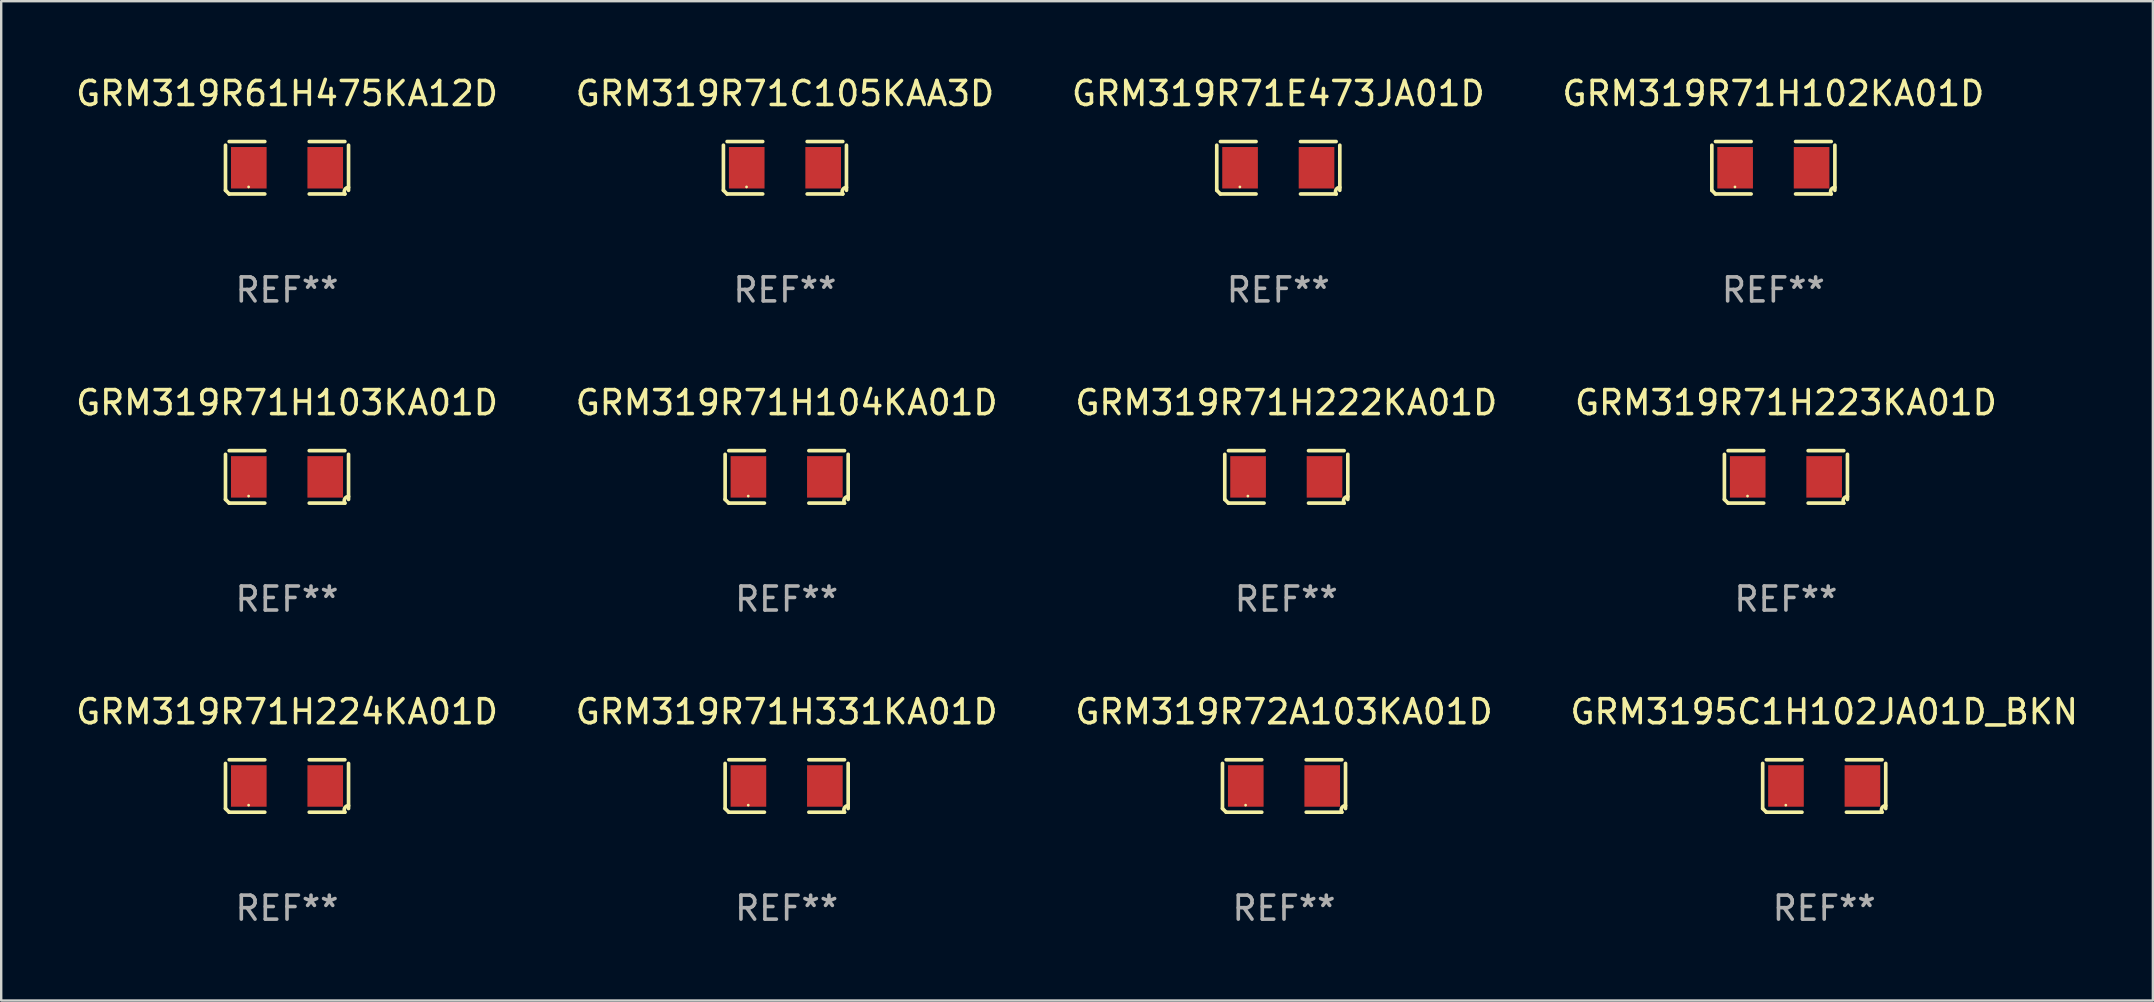
<source format=kicad_pcb>
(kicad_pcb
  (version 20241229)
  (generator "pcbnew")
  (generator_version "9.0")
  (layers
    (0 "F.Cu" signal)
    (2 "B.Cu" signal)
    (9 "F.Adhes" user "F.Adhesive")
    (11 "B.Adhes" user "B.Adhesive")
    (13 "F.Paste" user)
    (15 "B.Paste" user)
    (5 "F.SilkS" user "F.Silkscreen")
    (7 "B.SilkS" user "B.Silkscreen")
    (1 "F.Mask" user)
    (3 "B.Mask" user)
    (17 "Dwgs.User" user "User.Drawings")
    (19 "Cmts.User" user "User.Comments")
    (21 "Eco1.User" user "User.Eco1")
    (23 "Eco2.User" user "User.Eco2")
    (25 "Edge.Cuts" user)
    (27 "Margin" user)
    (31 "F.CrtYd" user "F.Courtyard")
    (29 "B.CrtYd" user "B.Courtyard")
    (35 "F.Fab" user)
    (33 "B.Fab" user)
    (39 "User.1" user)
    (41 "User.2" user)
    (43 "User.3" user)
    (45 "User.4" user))
  (footprint "GRM319R71H331KA01D"
    (layer "F.Cu")
    (at 29.732 29.704)
    (property "Reference" "GRM319R71H331KA01D" (at 0 -3.093 0) (layer "F.SilkS") (effects (font (size 1 1) (thickness 0.15))))
    (attr through_hole)
    (fp_line (start -2.564 0.94) (end -2.564 -0.94) (stroke (width 0.152) (type solid)) (layer "F.SilkS"))
    (fp_line (start -2.411 -1.093) (end -0.926 -1.093) (stroke (width 0.152) (type solid)) (layer "F.SilkS"))
    (fp_line (start -0.926 1.093) (end -2.411 1.093) (stroke (width 0.152) (type solid)) (layer "F.SilkS"))
    (fp_line (start 0.926 1.093) (end 2.411 1.093) (stroke (width 0.152) (type solid)) (layer "F.SilkS"))
    (fp_line (start 2.411 -1.093) (end 0.926 -1.093) (stroke (width 0.152) (type solid)) (layer "F.SilkS"))
    (fp_line (start 2.564 0.94) (end 2.564 -0.94) (stroke (width 0.152) (type solid)) (layer "F.SilkS"))
    (fp_arc (start -2.411201 1.092609) (mid -2.487413 1.01642) (end -2.563602 0.940208) (stroke (width 0.1524) (type solid)) (layer "F.SilkS"))
    (fp_arc (start 2.411201 1.092609) (mid 2.407159 0.911226) (end 2.563602 0.819347) (stroke (width 0.1524) (type solid)) (layer "F.SilkS"))
    (fp_circle (center -1.6 0.8) (end -1.57 0.8) (stroke (width 0.06) (type solid)) (fill no) (layer "F.SilkS"))
    (fp_text user "REF**" (at 0 5.093 0) (layer "F.Fab") (effects (font (size 1 1) (thickness 0.15))))
    (pad "1" smd rect (at -1.593 0) (size 1.485 1.728) (layers "F.Cu" "F.Mask" "F.Paste"))
    (pad "2" smd rect (at 1.593 0) (size 1.485 1.728) (layers "F.Cu" "F.Mask" "F.Paste")))
  (footprint "GRM319R61H475KA12D"
    (layer "F.Cu")
    (at 8.911 3.941)
    (property "Reference" "GRM319R61H475KA12D" (at 0 -3.093 0) (layer "F.SilkS") (effects (font (size 1 1) (thickness 0.15))))
    (attr through_hole)
    (fp_line (start -2.564 0.94) (end -2.564 -0.94) (stroke (width 0.152) (type solid)) (layer "F.SilkS"))
    (fp_line (start -2.411 -1.093) (end -0.926 -1.093) (stroke (width 0.152) (type solid)) (layer "F.SilkS"))
    (fp_line (start -0.926 1.093) (end -2.411 1.093) (stroke (width 0.152) (type solid)) (layer "F.SilkS"))
    (fp_line (start 0.926 1.093) (end 2.411 1.093) (stroke (width 0.152) (type solid)) (layer "F.SilkS"))
    (fp_line (start 2.411 -1.093) (end 0.926 -1.093) (stroke (width 0.152) (type solid)) (layer "F.SilkS"))
    (fp_line (start 2.564 0.94) (end 2.564 -0.94) (stroke (width 0.152) (type solid)) (layer "F.SilkS"))
    (fp_arc (start -2.411201 1.092609) (mid -2.487413 1.01642) (end -2.563602 0.940208) (stroke (width 0.1524) (type solid)) (layer "F.SilkS"))
    (fp_arc (start 2.411201 1.092609) (mid 2.407159 0.911226) (end 2.563602 0.819347) (stroke (width 0.1524) (type solid)) (layer "F.SilkS"))
    (fp_circle (center -1.6 0.8) (end -1.57 0.8) (stroke (width 0.06) (type solid)) (fill no) (layer "F.SilkS"))
    (fp_text user "REF**" (at 0 5.093 0) (layer "F.Fab") (effects (font (size 1 1) (thickness 0.15))))
    (pad "1" smd rect (at -1.593 0) (size 1.485 1.728) (layers "F.Cu" "F.Mask" "F.Paste"))
    (pad "2" smd rect (at 1.593 0) (size 1.485 1.728) (layers "F.Cu" "F.Mask" "F.Paste")))
  (footprint "GRM319R71H223KA01D"
    (layer "F.Cu")
    (at 71.375 16.823)
    (property "Reference" "GRM319R71H223KA01D" (at 0 -3.093 0) (layer "F.SilkS") (effects (font (size 1 1) (thickness 0.15))))
    (attr through_hole)
    (fp_line (start -2.564 0.94) (end -2.564 -0.94) (stroke (width 0.152) (type solid)) (layer "F.SilkS"))
    (fp_line (start -2.411 -1.093) (end -0.926 -1.093) (stroke (width 0.152) (type solid)) (layer "F.SilkS"))
    (fp_line (start -0.926 1.093) (end -2.411 1.093) (stroke (width 0.152) (type solid)) (layer "F.SilkS"))
    (fp_line (start 0.926 1.093) (end 2.411 1.093) (stroke (width 0.152) (type solid)) (layer "F.SilkS"))
    (fp_line (start 2.411 -1.093) (end 0.926 -1.093) (stroke (width 0.152) (type solid)) (layer "F.SilkS"))
    (fp_line (start 2.564 0.94) (end 2.564 -0.94) (stroke (width 0.152) (type solid)) (layer "F.SilkS"))
    (fp_arc (start -2.411201 1.092609) (mid -2.487413 1.01642) (end -2.563602 0.940208) (stroke (width 0.1524) (type solid)) (layer "F.SilkS"))
    (fp_arc (start 2.411201 1.092609) (mid 2.407159 0.911226) (end 2.563602 0.819347) (stroke (width 0.1524) (type solid)) (layer "F.SilkS"))
    (fp_circle (center -1.6 0.8) (end -1.57 0.8) (stroke (width 0.06) (type solid)) (fill no) (layer "F.SilkS"))
    (fp_text user "REF**" (at 0 5.093 0) (layer "F.Fab") (effects (font (size 1 1) (thickness 0.15))))
    (pad "1" smd rect (at -1.593 0) (size 1.485 1.728) (layers "F.Cu" "F.Mask" "F.Paste"))
    (pad "2" smd rect (at 1.593 0) (size 1.485 1.728) (layers "F.Cu" "F.Mask" "F.Paste")))
  (footprint "GRM3195C1H102JA01D_BKN"
    (layer "F.Cu")
    (at 72.97 29.704)
    (property "Reference" "GRM3195C1H102JA01D_BKN" (at 0 -3.093 0) (layer "F.SilkS") (effects (font (size 1 1) (thickness 0.15))))
    (attr through_hole)
    (fp_line (start -2.564 0.94) (end -2.564 -0.94) (stroke (width 0.152) (type solid)) (layer "F.SilkS"))
    (fp_line (start -2.411 -1.093) (end -0.926 -1.093) (stroke (width 0.152) (type solid)) (layer "F.SilkS"))
    (fp_line (start -0.926 1.093) (end -2.411 1.093) (stroke (width 0.152) (type solid)) (layer "F.SilkS"))
    (fp_line (start 0.926 1.093) (end 2.411 1.093) (stroke (width 0.152) (type solid)) (layer "F.SilkS"))
    (fp_line (start 2.411 -1.093) (end 0.926 -1.093) (stroke (width 0.152) (type solid)) (layer "F.SilkS"))
    (fp_line (start 2.564 0.94) (end 2.564 -0.94) (stroke (width 0.152) (type solid)) (layer "F.SilkS"))
    (fp_arc (start -2.411201 1.092609) (mid -2.487413 1.01642) (end -2.563602 0.940208) (stroke (width 0.1524) (type solid)) (layer "F.SilkS"))
    (fp_arc (start 2.411201 1.092609) (mid 2.407159 0.911226) (end 2.563602 0.819347) (stroke (width 0.1524) (type solid)) (layer "F.SilkS"))
    (fp_circle (center -1.6 0.8) (end -1.57 0.8) (stroke (width 0.06) (type solid)) (fill no) (layer "F.SilkS"))
    (fp_text user "REF**" (at 0 5.093 0) (layer "F.Fab") (effects (font (size 1 1) (thickness 0.15))))
    (pad "1" smd rect (at -1.593 0) (size 1.485 1.728) (layers "F.Cu" "F.Mask" "F.Paste"))
    (pad "2" smd rect (at 1.593 0) (size 1.485 1.728) (layers "F.Cu" "F.Mask" "F.Paste")))
  (footprint "GRM319R72A103KA01D"
    (layer "F.Cu")
    (at 50.458 29.704)
    (property "Reference" "GRM319R72A103KA01D" (at 0 -3.093 0) (layer "F.SilkS") (effects (font (size 1 1) (thickness 0.15))))
    (attr through_hole)
    (fp_line (start -2.564 0.94) (end -2.564 -0.94) (stroke (width 0.152) (type solid)) (layer "F.SilkS"))
    (fp_line (start -2.411 -1.093) (end -0.926 -1.093) (stroke (width 0.152) (type solid)) (layer "F.SilkS"))
    (fp_line (start -0.926 1.093) (end -2.411 1.093) (stroke (width 0.152) (type solid)) (layer "F.SilkS"))
    (fp_line (start 0.926 1.093) (end 2.411 1.093) (stroke (width 0.152) (type solid)) (layer "F.SilkS"))
    (fp_line (start 2.411 -1.093) (end 0.926 -1.093) (stroke (width 0.152) (type solid)) (layer "F.SilkS"))
    (fp_line (start 2.564 0.94) (end 2.564 -0.94) (stroke (width 0.152) (type solid)) (layer "F.SilkS"))
    (fp_arc (start -2.411201 1.092609) (mid -2.487413 1.01642) (end -2.563602 0.940208) (stroke (width 0.1524) (type solid)) (layer "F.SilkS"))
    (fp_arc (start 2.411201 1.092609) (mid 2.407159 0.911226) (end 2.563602 0.819347) (stroke (width 0.1524) (type solid)) (layer "F.SilkS"))
    (fp_circle (center -1.6 0.8) (end -1.57 0.8) (stroke (width 0.06) (type solid)) (fill no) (layer "F.SilkS"))
    (fp_text user "REF**" (at 0 5.093 0) (layer "F.Fab") (effects (font (size 1 1) (thickness 0.15))))
    (pad "1" smd rect (at -1.593 0) (size 1.485 1.728) (layers "F.Cu" "F.Mask" "F.Paste"))
    (pad "2" smd rect (at 1.593 0) (size 1.485 1.728) (layers "F.Cu" "F.Mask" "F.Paste")))
  (footprint "GRM319R71H103KA01D"
    (layer "F.Cu")
    (at 8.911 16.823)
    (property "Reference" "GRM319R71H103KA01D" (at 0 -3.093 0) (layer "F.SilkS") (effects (font (size 1 1) (thickness 0.15))))
    (attr through_hole)
    (fp_line (start -2.564 0.94) (end -2.564 -0.94) (stroke (width 0.152) (type solid)) (layer "F.SilkS"))
    (fp_line (start -2.411 -1.093) (end -0.926 -1.093) (stroke (width 0.152) (type solid)) (layer "F.SilkS"))
    (fp_line (start -0.926 1.093) (end -2.411 1.093) (stroke (width 0.152) (type solid)) (layer "F.SilkS"))
    (fp_line (start 0.926 1.093) (end 2.411 1.093) (stroke (width 0.152) (type solid)) (layer "F.SilkS"))
    (fp_line (start 2.411 -1.093) (end 0.926 -1.093) (stroke (width 0.152) (type solid)) (layer "F.SilkS"))
    (fp_line (start 2.564 0.94) (end 2.564 -0.94) (stroke (width 0.152) (type solid)) (layer "F.SilkS"))
    (fp_arc (start -2.411201 1.092609) (mid -2.487413 1.01642) (end -2.563602 0.940208) (stroke (width 0.1524) (type solid)) (layer "F.SilkS"))
    (fp_arc (start 2.411201 1.092609) (mid 2.407159 0.911226) (end 2.563602 0.819347) (stroke (width 0.1524) (type solid)) (layer "F.SilkS"))
    (fp_circle (center -1.6 0.8) (end -1.57 0.8) (stroke (width 0.06) (type solid)) (fill no) (layer "F.SilkS"))
    (fp_text user "REF**" (at 0 5.093 0) (layer "F.Fab") (effects (font (size 1 1) (thickness 0.15))))
    (pad "1" smd rect (at -1.593 0) (size 1.485 1.728) (layers "F.Cu" "F.Mask" "F.Paste"))
    (pad "2" smd rect (at 1.593 0) (size 1.485 1.728) (layers "F.Cu" "F.Mask" "F.Paste")))
  (footprint "GRM319R71C105KAA3D"
    (layer "F.Cu")
    (at 29.661 3.941)
    (property "Reference" "GRM319R71C105KAA3D" (at 0 -3.093 0) (layer "F.SilkS") (effects (font (size 1 1) (thickness 0.15))))
    (attr through_hole)
    (fp_line (start -2.564 0.94) (end -2.564 -0.94) (stroke (width 0.152) (type solid)) (layer "F.SilkS"))
    (fp_line (start -2.411 -1.093) (end -0.926 -1.093) (stroke (width 0.152) (type solid)) (layer "F.SilkS"))
    (fp_line (start -0.926 1.093) (end -2.411 1.093) (stroke (width 0.152) (type solid)) (layer "F.SilkS"))
    (fp_line (start 0.926 1.093) (end 2.411 1.093) (stroke (width 0.152) (type solid)) (layer "F.SilkS"))
    (fp_line (start 2.411 -1.093) (end 0.926 -1.093) (stroke (width 0.152) (type solid)) (layer "F.SilkS"))
    (fp_line (start 2.564 0.94) (end 2.564 -0.94) (stroke (width 0.152) (type solid)) (layer "F.SilkS"))
    (fp_arc (start -2.411201 1.092609) (mid -2.487413 1.01642) (end -2.563602 0.940208) (stroke (width 0.1524) (type solid)) (layer "F.SilkS"))
    (fp_arc (start 2.411201 1.092609) (mid 2.407159 0.911226) (end 2.563602 0.819347) (stroke (width 0.1524) (type solid)) (layer "F.SilkS"))
    (fp_circle (center -1.6 0.8) (end -1.57 0.8) (stroke (width 0.06) (type solid)) (fill no) (layer "F.SilkS"))
    (fp_text user "REF**" (at 0 5.093 0) (layer "F.Fab") (effects (font (size 1 1) (thickness 0.15))))
    (pad "1" smd rect (at -1.593 0) (size 1.485 1.728) (layers "F.Cu" "F.Mask" "F.Paste"))
    (pad "2" smd rect (at 1.593 0) (size 1.485 1.728) (layers "F.Cu" "F.Mask" "F.Paste")))
  (footprint "GRM319R71E473JA01D"
    (layer "F.Cu")
    (at 50.22 3.941)
    (property "Reference" "GRM319R71E473JA01D" (at 0 -3.093 0) (layer "F.SilkS") (effects (font (size 1 1) (thickness 0.15))))
    (attr through_hole)
    (fp_line (start -2.564 0.94) (end -2.564 -0.94) (stroke (width 0.152) (type solid)) (layer "F.SilkS"))
    (fp_line (start -2.411 -1.093) (end -0.926 -1.093) (stroke (width 0.152) (type solid)) (layer "F.SilkS"))
    (fp_line (start -0.926 1.093) (end -2.411 1.093) (stroke (width 0.152) (type solid)) (layer "F.SilkS"))
    (fp_line (start 0.926 1.093) (end 2.411 1.093) (stroke (width 0.152) (type solid)) (layer "F.SilkS"))
    (fp_line (start 2.411 -1.093) (end 0.926 -1.093) (stroke (width 0.152) (type solid)) (layer "F.SilkS"))
    (fp_line (start 2.564 0.94) (end 2.564 -0.94) (stroke (width 0.152) (type solid)) (layer "F.SilkS"))
    (fp_arc (start -2.411201 1.092609) (mid -2.487413 1.01642) (end -2.563602 0.940208) (stroke (width 0.1524) (type solid)) (layer "F.SilkS"))
    (fp_arc (start 2.411201 1.092609) (mid 2.407159 0.911226) (end 2.563602 0.819347) (stroke (width 0.1524) (type solid)) (layer "F.SilkS"))
    (fp_circle (center -1.6 0.8) (end -1.57 0.8) (stroke (width 0.06) (type solid)) (fill no) (layer "F.SilkS"))
    (fp_text user "REF**" (at 0 5.093 0) (layer "F.Fab") (effects (font (size 1 1) (thickness 0.15))))
    (pad "1" smd rect (at -1.593 0) (size 1.485 1.728) (layers "F.Cu" "F.Mask" "F.Paste"))
    (pad "2" smd rect (at 1.593 0) (size 1.485 1.728) (layers "F.Cu" "F.Mask" "F.Paste")))
  (footprint "GRM319R71H104KA01D"
    (layer "F.Cu")
    (at 29.732 16.823)
    (property "Reference" "GRM319R71H104KA01D" (at 0 -3.093 0) (layer "F.SilkS") (effects (font (size 1 1) (thickness 0.15))))
    (attr through_hole)
    (fp_line (start -2.564 0.94) (end -2.564 -0.94) (stroke (width 0.152) (type solid)) (layer "F.SilkS"))
    (fp_line (start -2.411 -1.093) (end -0.926 -1.093) (stroke (width 0.152) (type solid)) (layer "F.SilkS"))
    (fp_line (start -0.926 1.093) (end -2.411 1.093) (stroke (width 0.152) (type solid)) (layer "F.SilkS"))
    (fp_line (start 0.926 1.093) (end 2.411 1.093) (stroke (width 0.152) (type solid)) (layer "F.SilkS"))
    (fp_line (start 2.411 -1.093) (end 0.926 -1.093) (stroke (width 0.152) (type solid)) (layer "F.SilkS"))
    (fp_line (start 2.564 0.94) (end 2.564 -0.94) (stroke (width 0.152) (type solid)) (layer "F.SilkS"))
    (fp_arc (start -2.411201 1.092609) (mid -2.487413 1.01642) (end -2.563602 0.940208) (stroke (width 0.1524) (type solid)) (layer "F.SilkS"))
    (fp_arc (start 2.411201 1.092609) (mid 2.407159 0.911226) (end 2.563602 0.819347) (stroke (width 0.1524) (type solid)) (layer "F.SilkS"))
    (fp_circle (center -1.6 0.8) (end -1.57 0.8) (stroke (width 0.06) (type solid)) (fill no) (layer "F.SilkS"))
    (fp_text user "REF**" (at 0 5.093 0) (layer "F.Fab") (effects (font (size 1 1) (thickness 0.15))))
    (pad "1" smd rect (at -1.593 0) (size 1.485 1.728) (layers "F.Cu" "F.Mask" "F.Paste"))
    (pad "2" smd rect (at 1.593 0) (size 1.485 1.728) (layers "F.Cu" "F.Mask" "F.Paste")))
  (footprint "GRM319R71H222KA01D"
    (layer "F.Cu")
    (at 50.554 16.823)
    (property "Reference" "GRM319R71H222KA01D" (at 0 -3.093 0) (layer "F.SilkS") (effects (font (size 1 1) (thickness 0.15))))
    (attr through_hole)
    (fp_line (start -2.564 0.94) (end -2.564 -0.94) (stroke (width 0.152) (type solid)) (layer "F.SilkS"))
    (fp_line (start -2.411 -1.093) (end -0.926 -1.093) (stroke (width 0.152) (type solid)) (layer "F.SilkS"))
    (fp_line (start -0.926 1.093) (end -2.411 1.093) (stroke (width 0.152) (type solid)) (layer "F.SilkS"))
    (fp_line (start 0.926 1.093) (end 2.411 1.093) (stroke (width 0.152) (type solid)) (layer "F.SilkS"))
    (fp_line (start 2.411 -1.093) (end 0.926 -1.093) (stroke (width 0.152) (type solid)) (layer "F.SilkS"))
    (fp_line (start 2.564 0.94) (end 2.564 -0.94) (stroke (width 0.152) (type solid)) (layer "F.SilkS"))
    (fp_arc (start -2.411201 1.092609) (mid -2.487413 1.01642) (end -2.563602 0.940208) (stroke (width 0.1524) (type solid)) (layer "F.SilkS"))
    (fp_arc (start 2.411201 1.092609) (mid 2.407159 0.911226) (end 2.563602 0.819347) (stroke (width 0.1524) (type solid)) (layer "F.SilkS"))
    (fp_circle (center -1.6 0.8) (end -1.57 0.8) (stroke (width 0.06) (type solid)) (fill no) (layer "F.SilkS"))
    (fp_text user "REF**" (at 0 5.093 0) (layer "F.Fab") (effects (font (size 1 1) (thickness 0.15))))
    (pad "1" smd rect (at -1.593 0) (size 1.485 1.728) (layers "F.Cu" "F.Mask" "F.Paste"))
    (pad "2" smd rect (at 1.593 0) (size 1.485 1.728) (layers "F.Cu" "F.Mask" "F.Paste")))
  (footprint "GRM319R71H102KA01D"
    (layer "F.Cu")
    (at 70.851 3.941)
    (property "Reference" "GRM319R71H102KA01D" (at 0 -3.093 0) (layer "F.SilkS") (effects (font (size 1 1) (thickness 0.15))))
    (attr through_hole)
    (fp_line (start -2.564 0.94) (end -2.564 -0.94) (stroke (width 0.152) (type solid)) (layer "F.SilkS"))
    (fp_line (start -2.411 -1.093) (end -0.926 -1.093) (stroke (width 0.152) (type solid)) (layer "F.SilkS"))
    (fp_line (start -0.926 1.093) (end -2.411 1.093) (stroke (width 0.152) (type solid)) (layer "F.SilkS"))
    (fp_line (start 0.926 1.093) (end 2.411 1.093) (stroke (width 0.152) (type solid)) (layer "F.SilkS"))
    (fp_line (start 2.411 -1.093) (end 0.926 -1.093) (stroke (width 0.152) (type solid)) (layer "F.SilkS"))
    (fp_line (start 2.564 0.94) (end 2.564 -0.94) (stroke (width 0.152) (type solid)) (layer "F.SilkS"))
    (fp_arc (start -2.411201 1.092609) (mid -2.487413 1.01642) (end -2.563602 0.940208) (stroke (width 0.1524) (type solid)) (layer "F.SilkS"))
    (fp_arc (start 2.411201 1.092609) (mid 2.407159 0.911226) (end 2.563602 0.819347) (stroke (width 0.1524) (type solid)) (layer "F.SilkS"))
    (fp_circle (center -1.6 0.8) (end -1.57 0.8) (stroke (width 0.06) (type solid)) (fill no) (layer "F.SilkS"))
    (fp_text user "REF**" (at 0 5.093 0) (layer "F.Fab") (effects (font (size 1 1) (thickness 0.15))))
    (pad "1" smd rect (at -1.593 0) (size 1.485 1.728) (layers "F.Cu" "F.Mask" "F.Paste"))
    (pad "2" smd rect (at 1.593 0) (size 1.485 1.728) (layers "F.Cu" "F.Mask" "F.Paste")))
  (footprint "GRM319R71H224KA01D"
    (layer "F.Cu")
    (at 8.911 29.704)
    (property "Reference" "GRM319R71H224KA01D" (at 0 -3.093 0) (layer "F.SilkS") (effects (font (size 1 1) (thickness 0.15))))
    (attr through_hole)
    (fp_line (start -2.564 0.94) (end -2.564 -0.94) (stroke (width 0.152) (type solid)) (layer "F.SilkS"))
    (fp_line (start -2.411 -1.093) (end -0.926 -1.093) (stroke (width 0.152) (type solid)) (layer "F.SilkS"))
    (fp_line (start -0.926 1.093) (end -2.411 1.093) (stroke (width 0.152) (type solid)) (layer "F.SilkS"))
    (fp_line (start 0.926 1.093) (end 2.411 1.093) (stroke (width 0.152) (type solid)) (layer "F.SilkS"))
    (fp_line (start 2.411 -1.093) (end 0.926 -1.093) (stroke (width 0.152) (type solid)) (layer "F.SilkS"))
    (fp_line (start 2.564 0.94) (end 2.564 -0.94) (stroke (width 0.152) (type solid)) (layer "F.SilkS"))
    (fp_arc (start -2.411201 1.092609) (mid -2.487413 1.01642) (end -2.563602 0.940208) (stroke (width 0.1524) (type solid)) (layer "F.SilkS"))
    (fp_arc (start 2.411201 1.092609) (mid 2.407159 0.911226) (end 2.563602 0.819347) (stroke (width 0.1524) (type solid)) (layer "F.SilkS"))
    (fp_circle (center -1.6 0.8) (end -1.57 0.8) (stroke (width 0.06) (type solid)) (fill no) (layer "F.SilkS"))
    (fp_text user "REF**" (at 0 5.093 0) (layer "F.Fab") (effects (font (size 1 1) (thickness 0.15))))
    (pad "1" smd rect (at -1.593 0) (size 1.485 1.728) (layers "F.Cu" "F.Mask" "F.Paste"))
    (pad "2" smd rect (at 1.593 0) (size 1.485 1.728) (layers "F.Cu" "F.Mask" "F.Paste")))
  (gr_rect
    (start -3 -3)
    (end 86.667 38.645)
    (stroke (width 0.1) (type default))
    (fill no)
    (layer "Edge.Cuts")))
</source>
